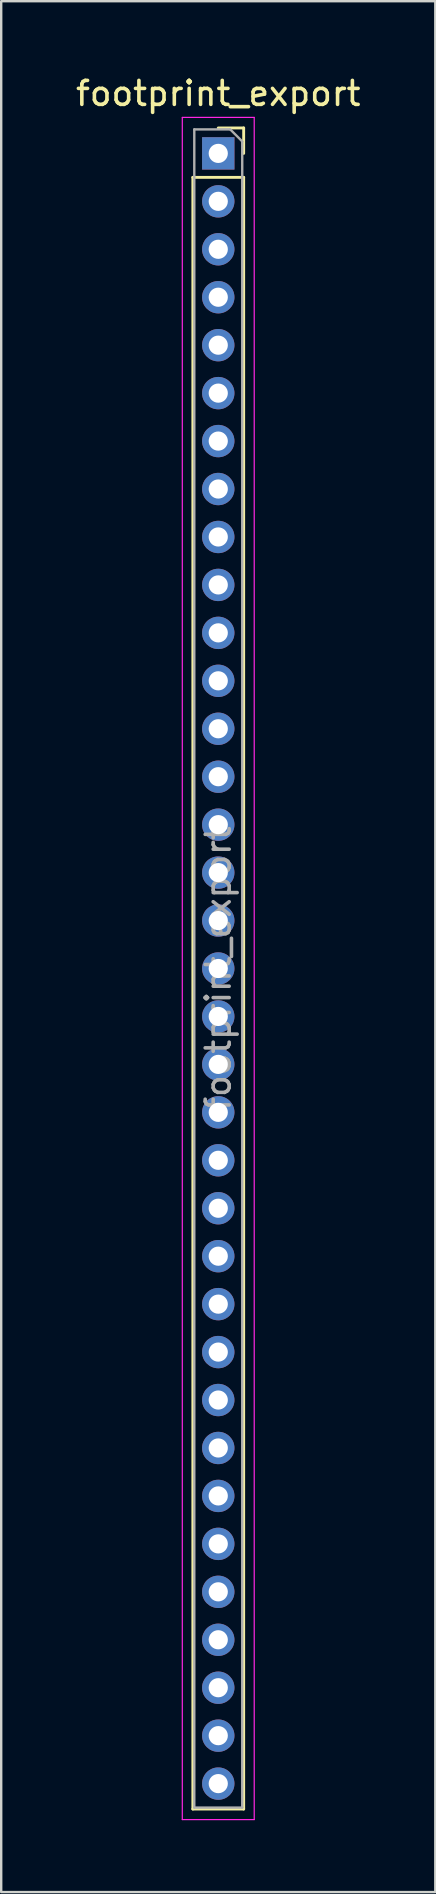
<source format=kicad_pcb>
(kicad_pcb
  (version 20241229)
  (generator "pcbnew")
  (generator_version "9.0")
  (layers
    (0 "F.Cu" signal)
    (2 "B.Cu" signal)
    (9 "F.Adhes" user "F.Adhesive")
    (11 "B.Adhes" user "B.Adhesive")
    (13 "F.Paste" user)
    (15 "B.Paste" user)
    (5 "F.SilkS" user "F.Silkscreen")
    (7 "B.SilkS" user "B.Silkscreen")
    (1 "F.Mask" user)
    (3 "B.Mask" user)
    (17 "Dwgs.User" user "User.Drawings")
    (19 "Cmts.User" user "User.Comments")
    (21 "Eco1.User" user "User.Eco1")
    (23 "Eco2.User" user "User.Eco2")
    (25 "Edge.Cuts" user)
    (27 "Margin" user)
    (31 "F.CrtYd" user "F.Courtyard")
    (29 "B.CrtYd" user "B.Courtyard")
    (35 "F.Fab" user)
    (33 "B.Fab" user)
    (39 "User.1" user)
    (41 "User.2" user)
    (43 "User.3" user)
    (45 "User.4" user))
  (footprint "footprint_export"
    (layer "F.Cu")
    (at 6.054 3.348)
    (property "Reference" "footprint_export" (at 0 -2.5 0) (layer "F.SilkS") (effects (font (size 1 1) (thickness 0.15))))
    (attr through_hole)
    (fp_line (start -1.06 1) (end -1.06 69.06) (stroke (width 0.12) (type solid)) (layer "F.SilkS"))
    (fp_line (start -1.06 1) (end 1.06 1) (stroke (width 0.12) (type solid)) (layer "F.SilkS"))
    (fp_line (start -1.06 69.06) (end 1.06 69.06) (stroke (width 0.12) (type solid)) (layer "F.SilkS"))
    (fp_line (start 0 -1.06) (end 1.06 -1.06) (stroke (width 0.12) (type solid)) (layer "F.SilkS"))
    (fp_line (start 1.06 -1.06) (end 1.06 0) (stroke (width 0.12) (type solid)) (layer "F.SilkS"))
    (fp_line (start 1.06 1) (end 1.06 69.06) (stroke (width 0.12) (type solid)) (layer "F.SilkS"))
    (fp_line (start -1.5 -1.5) (end 1.5 -1.5) (stroke (width 0.05) (type solid)) (layer "F.CrtYd"))
    (fp_line (start -1.5 69.5) (end -1.5 -1.5) (stroke (width 0.05) (type solid)) (layer "F.CrtYd"))
    (fp_line (start 1.5 -1.5) (end 1.5 69.5) (stroke (width 0.05) (type solid)) (layer "F.CrtYd"))
    (fp_line (start 1.5 69.5) (end -1.5 69.5) (stroke (width 0.05) (type solid)) (layer "F.CrtYd"))
    (fp_line (start -1 -1) (end 0.5 -1) (stroke (width 0.1) (type solid)) (layer "F.Fab"))
    (fp_line (start -1 69) (end -1 -1) (stroke (width 0.1) (type solid)) (layer "F.Fab"))
    (fp_line (start 0.5 -1) (end 1 -0.5) (stroke (width 0.1) (type solid)) (layer "F.Fab"))
    (fp_line (start 1 -0.5) (end 1 69) (stroke (width 0.1) (type solid)) (layer "F.Fab"))
    (fp_line (start 1 69) (end -1 69) (stroke (width 0.1) (type solid)) (layer "F.Fab"))
    (fp_text user "${REFERENCE}" (at 0 34 90) (layer "F.Fab") (effects (font (size 1 1) (thickness 0.15))))
    (pad "1" thru_hole rect (at 0 0) (size 1.35 1.35) (drill 0.8) (layers "*.Cu" "*.Mask"))
    (pad "2" thru_hole oval (at 0 2) (size 1.35 1.35) (drill 0.8) (layers "*.Cu" "*.Mask"))
    (pad "3" thru_hole oval (at 0 4) (size 1.35 1.35) (drill 0.8) (layers "*.Cu" "*.Mask"))
    (pad "4" thru_hole oval (at 0 6) (size 1.35 1.35) (drill 0.8) (layers "*.Cu" "*.Mask"))
    (pad "5" thru_hole oval (at 0 8) (size 1.35 1.35) (drill 0.8) (layers "*.Cu" "*.Mask"))
    (pad "6" thru_hole oval (at 0 10) (size 1.35 1.35) (drill 0.8) (layers "*.Cu" "*.Mask"))
    (pad "7" thru_hole oval (at 0 12) (size 1.35 1.35) (drill 0.8) (layers "*.Cu" "*.Mask"))
    (pad "8" thru_hole oval (at 0 14) (size 1.35 1.35) (drill 0.8) (layers "*.Cu" "*.Mask"))
    (pad "9" thru_hole oval (at 0 16) (size 1.35 1.35) (drill 0.8) (layers "*.Cu" "*.Mask"))
    (pad "10" thru_hole oval (at 0 18) (size 1.35 1.35) (drill 0.8) (layers "*.Cu" "*.Mask"))
    (pad "11" thru_hole oval (at 0 20) (size 1.35 1.35) (drill 0.8) (layers "*.Cu" "*.Mask"))
    (pad "12" thru_hole oval (at 0 22) (size 1.35 1.35) (drill 0.8) (layers "*.Cu" "*.Mask"))
    (pad "13" thru_hole oval (at 0 24) (size 1.35 1.35) (drill 0.8) (layers "*.Cu" "*.Mask"))
    (pad "14" thru_hole oval (at 0 26) (size 1.35 1.35) (drill 0.8) (layers "*.Cu" "*.Mask"))
    (pad "15" thru_hole oval (at 0 28) (size 1.35 1.35) (drill 0.8) (layers "*.Cu" "*.Mask"))
    (pad "16" thru_hole oval (at 0 30) (size 1.35 1.35) (drill 0.8) (layers "*.Cu" "*.Mask"))
    (pad "17" thru_hole oval (at 0 32) (size 1.35 1.35) (drill 0.8) (layers "*.Cu" "*.Mask"))
    (pad "18" thru_hole oval (at 0 34) (size 1.35 1.35) (drill 0.8) (layers "*.Cu" "*.Mask"))
    (pad "19" thru_hole oval (at 0 36) (size 1.35 1.35) (drill 0.8) (layers "*.Cu" "*.Mask"))
    (pad "20" thru_hole oval (at 0 38) (size 1.35 1.35) (drill 0.8) (layers "*.Cu" "*.Mask"))
    (pad "21" thru_hole oval (at 0 40) (size 1.35 1.35) (drill 0.8) (layers "*.Cu" "*.Mask"))
    (pad "22" thru_hole oval (at 0 42) (size 1.35 1.35) (drill 0.8) (layers "*.Cu" "*.Mask"))
    (pad "23" thru_hole oval (at 0 44) (size 1.35 1.35) (drill 0.8) (layers "*.Cu" "*.Mask"))
    (pad "24" thru_hole oval (at 0 46) (size 1.35 1.35) (drill 0.8) (layers "*.Cu" "*.Mask"))
    (pad "25" thru_hole oval (at 0 48) (size 1.35 1.35) (drill 0.8) (layers "*.Cu" "*.Mask"))
    (pad "26" thru_hole oval (at 0 50) (size 1.35 1.35) (drill 0.8) (layers "*.Cu" "*.Mask"))
    (pad "27" thru_hole oval (at 0 52) (size 1.35 1.35) (drill 0.8) (layers "*.Cu" "*.Mask"))
    (pad "28" thru_hole oval (at 0 54) (size 1.35 1.35) (drill 0.8) (layers "*.Cu" "*.Mask"))
    (pad "29" thru_hole oval (at 0 56) (size 1.35 1.35) (drill 0.8) (layers "*.Cu" "*.Mask"))
    (pad "30" thru_hole oval (at 0 58) (size 1.35 1.35) (drill 0.8) (layers "*.Cu" "*.Mask"))
    (pad "31" thru_hole oval (at 0 60) (size 1.35 1.35) (drill 0.8) (layers "*.Cu" "*.Mask"))
    (pad "32" thru_hole oval (at 0 62) (size 1.35 1.35) (drill 0.8) (layers "*.Cu" "*.Mask"))
    (pad "33" thru_hole oval (at 0 64) (size 1.35 1.35) (drill 0.8) (layers "*.Cu" "*.Mask"))
    (pad "34" thru_hole oval (at 0 66) (size 1.35 1.35) (drill 0.8) (layers "*.Cu" "*.Mask"))
    (pad "35" thru_hole oval (at 0 68) (size 1.35 1.35) (drill 0.8) (layers "*.Cu" "*.Mask")))
  (gr_rect
    (start -3 -3)
    (end 15.107 75.873)
    (stroke (width 0.1) (type default))
    (fill no)
    (layer "Edge.Cuts")))
</source>
